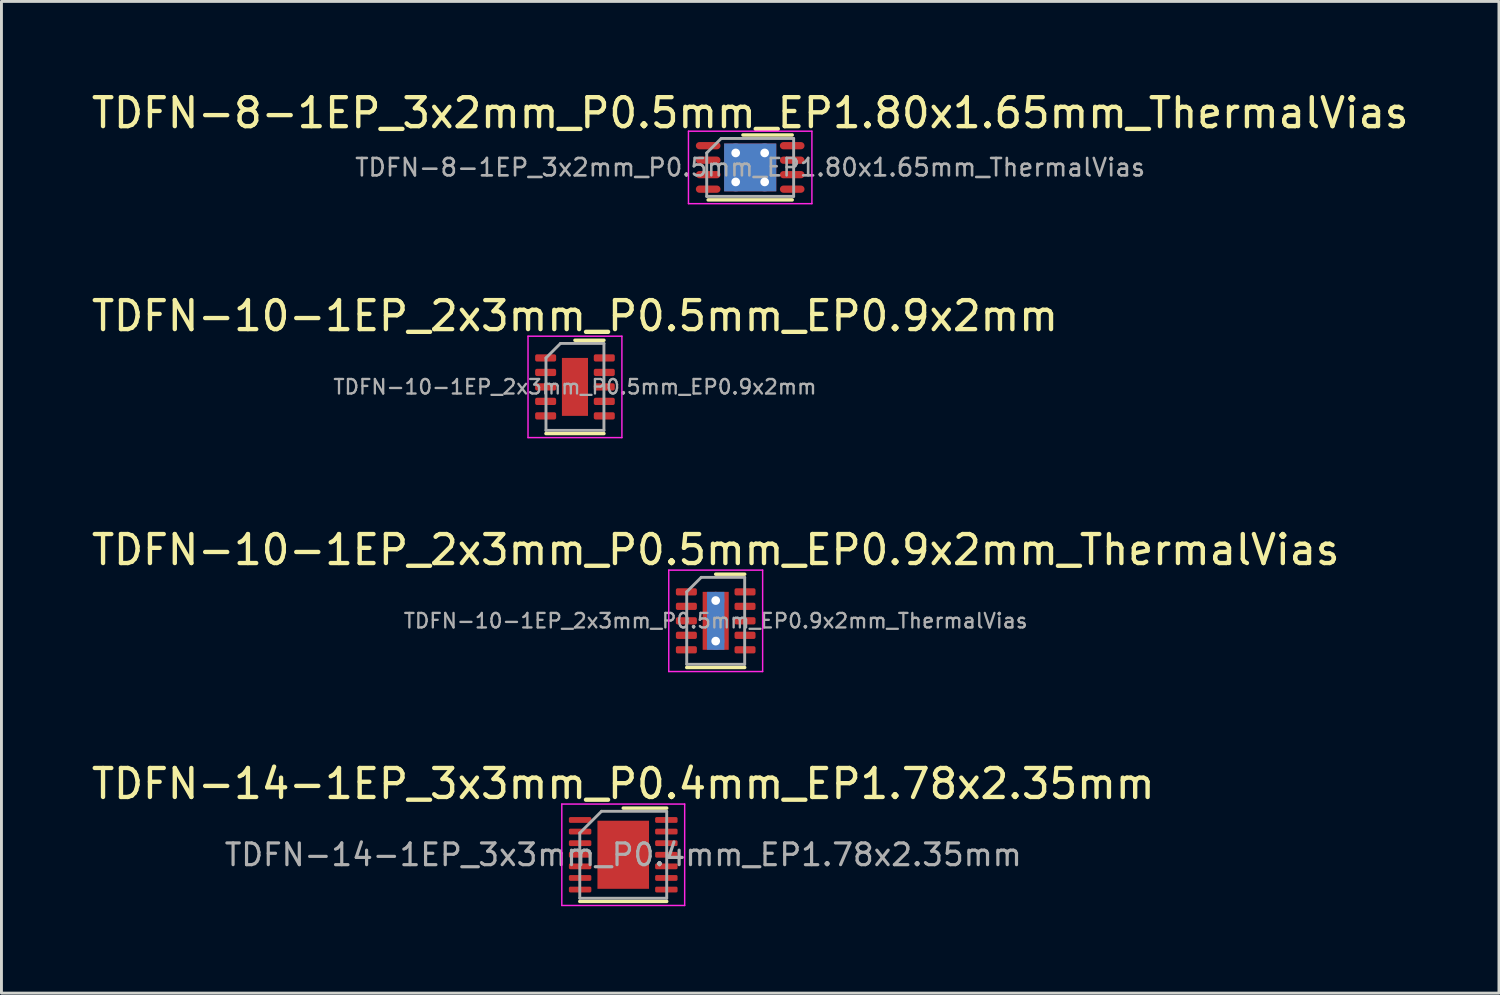
<source format=kicad_pcb>
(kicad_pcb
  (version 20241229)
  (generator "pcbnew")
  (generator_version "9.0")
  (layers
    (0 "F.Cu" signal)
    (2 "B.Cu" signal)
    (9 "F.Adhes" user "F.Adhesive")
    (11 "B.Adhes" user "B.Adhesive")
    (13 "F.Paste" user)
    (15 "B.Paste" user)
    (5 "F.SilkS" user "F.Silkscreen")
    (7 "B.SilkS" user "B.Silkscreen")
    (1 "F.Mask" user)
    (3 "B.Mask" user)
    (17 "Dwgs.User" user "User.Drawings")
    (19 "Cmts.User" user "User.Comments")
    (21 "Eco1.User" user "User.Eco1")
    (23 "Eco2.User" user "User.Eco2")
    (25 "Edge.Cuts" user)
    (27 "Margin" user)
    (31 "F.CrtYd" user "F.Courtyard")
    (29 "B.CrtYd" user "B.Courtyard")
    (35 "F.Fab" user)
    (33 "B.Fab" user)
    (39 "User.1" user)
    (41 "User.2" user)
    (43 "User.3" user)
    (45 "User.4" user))
  (footprint "TDFN-10-1EP_2x3mm_P0.5mm_EP0.9x2mm_ThermalVias"
    (layer "F.Cu")
    (at 21.649 18.375)
    (property "Reference" "TDFN-10-1EP_2x3mm_P0.5mm_EP0.9x2mm_ThermalVias" (at 0 -2.45 0) (layer "F.SilkS") (effects (font (size 1 1) (thickness 0.15))))
    (attr smd)
    (fp_line (start -1 1.61) (end 1 1.61) (stroke (width 0.12) (type solid)) (layer "F.SilkS"))
    (fp_line (start 0 -1.61) (end 1 -1.61) (stroke (width 0.12) (type solid)) (layer "F.SilkS"))
    (fp_line (start -1.62 -1.75) (end -1.62 1.75) (stroke (width 0.05) (type solid)) (layer "F.CrtYd"))
    (fp_line (start -1.62 1.75) (end 1.62 1.75) (stroke (width 0.05) (type solid)) (layer "F.CrtYd"))
    (fp_line (start 1.62 -1.75) (end -1.62 -1.75) (stroke (width 0.05) (type solid)) (layer "F.CrtYd"))
    (fp_line (start 1.62 1.75) (end 1.62 -1.75) (stroke (width 0.05) (type solid)) (layer "F.CrtYd"))
    (fp_line (start -1 -1) (end -0.5 -1.5) (stroke (width 0.1) (type solid)) (layer "F.Fab"))
    (fp_line (start -1 1.5) (end -1 -1) (stroke (width 0.1) (type solid)) (layer "F.Fab"))
    (fp_line (start -0.5 -1.5) (end 1 -1.5) (stroke (width 0.1) (type solid)) (layer "F.Fab"))
    (fp_line (start 1 -1.5) (end 1 1.5) (stroke (width 0.1) (type solid)) (layer "F.Fab"))
    (fp_line (start 1 1.5) (end -1 1.5) (stroke (width 0.1) (type solid)) (layer "F.Fab"))
    (fp_text user "${REFERENCE}" (at 0 0 0) (layer "F.Fab") (effects (font (size 0.5 0.5) (thickness 0.08))))
    (pad "" smd roundrect (at 0 -0.5) (size 0.73 0.81) (layers "F.Paste") (roundrect_rratio 0.25))
    (pad "" smd roundrect (at 0 0.5) (size 0.73 0.81) (layers "F.Paste") (roundrect_rratio 0.25))
    (pad "1" smd roundrect (at -1.012 -1) (size 0.725 0.25) (layers "F.Cu" "F.Mask" "F.Paste") (roundrect_rratio 0.25))
    (pad "2" smd roundrect (at -1.012 -0.5) (size 0.725 0.25) (layers "F.Cu" "F.Mask" "F.Paste") (roundrect_rratio 0.25))
    (pad "3" smd roundrect (at -1.012 0) (size 0.725 0.25) (layers "F.Cu" "F.Mask" "F.Paste") (roundrect_rratio 0.25))
    (pad "4" smd roundrect (at -1.012 0.5) (size 0.725 0.25) (layers "F.Cu" "F.Mask" "F.Paste") (roundrect_rratio 0.25))
    (pad "5" smd roundrect (at -1.012 1) (size 0.725 0.25) (layers "F.Cu" "F.Mask" "F.Paste") (roundrect_rratio 0.25))
    (pad "6" smd roundrect (at 1.012 1) (size 0.725 0.25) (layers "F.Cu" "F.Mask" "F.Paste") (roundrect_rratio 0.25))
    (pad "7" smd roundrect (at 1.012 0.5) (size 0.725 0.25) (layers "F.Cu" "F.Mask" "F.Paste") (roundrect_rratio 0.25))
    (pad "8" smd roundrect (at 1.012 0) (size 0.725 0.25) (layers "F.Cu" "F.Mask" "F.Paste") (roundrect_rratio 0.25))
    (pad "9" smd roundrect (at 1.012 -0.5) (size 0.725 0.25) (layers "F.Cu" "F.Mask" "F.Paste") (roundrect_rratio 0.25))
    (pad "10" smd roundrect (at 1.012 -1) (size 0.725 0.25) (layers "F.Cu" "F.Mask" "F.Paste") (roundrect_rratio 0.25))
    (pad "11" thru_hole circle (at 0 -0.7) (size 0.6 0.6) (drill 0.3) (layers "*.Cu"))
    (pad "11" smd rect (at 0 0) (size 0.6 2) (layers "B.Cu"))
    (pad "11" smd rect (at 0 0) (size 0.9 2) (layers "F.Cu" "F.Mask"))
    (pad "11" thru_hole circle (at 0 0.7) (size 0.6 0.6) (drill 0.3) (layers "*.Cu")))
  (footprint "TDFN-10-1EP_2x3mm_P0.5mm_EP0.9x2mm"
    (layer "F.Cu")
    (at 16.792 10.302)
    (property "Reference" "TDFN-10-1EP_2x3mm_P0.5mm_EP0.9x2mm" (at 0 -2.45 0) (layer "F.SilkS") (effects (font (size 1 1) (thickness 0.15))))
    (attr smd)
    (fp_line (start -1 1.61) (end 1 1.61) (stroke (width 0.12) (type solid)) (layer "F.SilkS"))
    (fp_line (start 0 -1.61) (end 1 -1.61) (stroke (width 0.12) (type solid)) (layer "F.SilkS"))
    (fp_line (start -1.62 -1.75) (end -1.62 1.75) (stroke (width 0.05) (type solid)) (layer "F.CrtYd"))
    (fp_line (start -1.62 1.75) (end 1.62 1.75) (stroke (width 0.05) (type solid)) (layer "F.CrtYd"))
    (fp_line (start 1.62 -1.75) (end -1.62 -1.75) (stroke (width 0.05) (type solid)) (layer "F.CrtYd"))
    (fp_line (start 1.62 1.75) (end 1.62 -1.75) (stroke (width 0.05) (type solid)) (layer "F.CrtYd"))
    (fp_line (start -1 -1) (end -0.5 -1.5) (stroke (width 0.1) (type solid)) (layer "F.Fab"))
    (fp_line (start -1 1.5) (end -1 -1) (stroke (width 0.1) (type solid)) (layer "F.Fab"))
    (fp_line (start -0.5 -1.5) (end 1 -1.5) (stroke (width 0.1) (type solid)) (layer "F.Fab"))
    (fp_line (start 1 -1.5) (end 1 1.5) (stroke (width 0.1) (type solid)) (layer "F.Fab"))
    (fp_line (start 1 1.5) (end -1 1.5) (stroke (width 0.1) (type solid)) (layer "F.Fab"))
    (fp_text user "${REFERENCE}" (at 0 0 0) (layer "F.Fab") (effects (font (size 0.5 0.5) (thickness 0.08))))
    (pad "" smd roundrect (at 0 -0.5) (size 0.73 0.81) (layers "F.Paste") (roundrect_rratio 0.25))
    (pad "" smd roundrect (at 0 0.5) (size 0.73 0.81) (layers "F.Paste") (roundrect_rratio 0.25))
    (pad "1" smd roundrect (at -1.012 -1) (size 0.725 0.25) (layers "F.Cu" "F.Mask" "F.Paste") (roundrect_rratio 0.25))
    (pad "2" smd roundrect (at -1.012 -0.5) (size 0.725 0.25) (layers "F.Cu" "F.Mask" "F.Paste") (roundrect_rratio 0.25))
    (pad "3" smd roundrect (at -1.012 0) (size 0.725 0.25) (layers "F.Cu" "F.Mask" "F.Paste") (roundrect_rratio 0.25))
    (pad "4" smd roundrect (at -1.012 0.5) (size 0.725 0.25) (layers "F.Cu" "F.Mask" "F.Paste") (roundrect_rratio 0.25))
    (pad "5" smd roundrect (at -1.012 1) (size 0.725 0.25) (layers "F.Cu" "F.Mask" "F.Paste") (roundrect_rratio 0.25))
    (pad "6" smd roundrect (at 1.012 1) (size 0.725 0.25) (layers "F.Cu" "F.Mask" "F.Paste") (roundrect_rratio 0.25))
    (pad "7" smd roundrect (at 1.012 0.5) (size 0.725 0.25) (layers "F.Cu" "F.Mask" "F.Paste") (roundrect_rratio 0.25))
    (pad "8" smd roundrect (at 1.012 0) (size 0.725 0.25) (layers "F.Cu" "F.Mask" "F.Paste") (roundrect_rratio 0.25))
    (pad "9" smd roundrect (at 1.012 -0.5) (size 0.725 0.25) (layers "F.Cu" "F.Mask" "F.Paste") (roundrect_rratio 0.25))
    (pad "10" smd roundrect (at 1.012 -1) (size 0.725 0.25) (layers "F.Cu" "F.Mask" "F.Paste") (roundrect_rratio 0.25))
    (pad "11" smd rect (at 0 0) (size 0.9 2) (layers "F.Cu" "F.Mask")))
  (footprint "TDFN-14-1EP_3x3mm_P0.4mm_EP1.78x2.35mm"
    (layer "F.Cu")
    (at 18.458 26.448)
    (property "Reference" "TDFN-14-1EP_3x3mm_P0.4mm_EP1.78x2.35mm" (at 0 -2.45 0) (layer "F.SilkS") (effects (font (size 1 1) (thickness 0.15))))
    (attr smd)
    (fp_line (start -1.5 1.61) (end 1.5 1.61) (stroke (width 0.12) (type solid)) (layer "F.SilkS"))
    (fp_line (start 0 -1.61) (end 1.5 -1.61) (stroke (width 0.12) (type solid)) (layer "F.SilkS"))
    (fp_line (start -2.12 -1.75) (end -2.12 1.75) (stroke (width 0.05) (type solid)) (layer "F.CrtYd"))
    (fp_line (start -2.12 1.75) (end 2.12 1.75) (stroke (width 0.05) (type solid)) (layer "F.CrtYd"))
    (fp_line (start 2.12 -1.75) (end -2.12 -1.75) (stroke (width 0.05) (type solid)) (layer "F.CrtYd"))
    (fp_line (start 2.12 1.75) (end 2.12 -1.75) (stroke (width 0.05) (type solid)) (layer "F.CrtYd"))
    (fp_line (start -1.5 -0.75) (end -0.75 -1.5) (stroke (width 0.1) (type solid)) (layer "F.Fab"))
    (fp_line (start -1.5 1.5) (end -1.5 -0.75) (stroke (width 0.1) (type solid)) (layer "F.Fab"))
    (fp_line (start -0.75 -1.5) (end 1.5 -1.5) (stroke (width 0.1) (type solid)) (layer "F.Fab"))
    (fp_line (start 1.5 -1.5) (end 1.5 1.5) (stroke (width 0.1) (type solid)) (layer "F.Fab"))
    (fp_line (start 1.5 1.5) (end -1.5 1.5) (stroke (width 0.1) (type solid)) (layer "F.Fab"))
    (fp_text user "${REFERENCE}" (at 0 0 0) (layer "F.Fab") (effects (font (size 0.75 0.75) (thickness 0.11))))
    (pad "" smd roundrect (at -0.445 -0.59) (size 0.72 0.95) (layers "F.Paste") (roundrect_rratio 0.25))
    (pad "" smd roundrect (at -0.445 0.59) (size 0.72 0.95) (layers "F.Paste") (roundrect_rratio 0.25))
    (pad "" smd roundrect (at 0.445 -0.59) (size 0.72 0.95) (layers "F.Paste") (roundrect_rratio 0.25))
    (pad "" smd roundrect (at 0.445 0.59) (size 0.72 0.95) (layers "F.Paste") (roundrect_rratio 0.25))
    (pad "1" smd roundrect (at -1.488 -1.2) (size 0.775 0.2) (layers "F.Cu" "F.Mask" "F.Paste") (roundrect_rratio 0.25))
    (pad "2" smd roundrect (at -1.488 -0.8) (size 0.775 0.2) (layers "F.Cu" "F.Mask" "F.Paste") (roundrect_rratio 0.25))
    (pad "3" smd roundrect (at -1.488 -0.4) (size 0.775 0.2) (layers "F.Cu" "F.Mask" "F.Paste") (roundrect_rratio 0.25))
    (pad "4" smd roundrect (at -1.488 0) (size 0.775 0.2) (layers "F.Cu" "F.Mask" "F.Paste") (roundrect_rratio 0.25))
    (pad "5" smd roundrect (at -1.488 0.4) (size 0.775 0.2) (layers "F.Cu" "F.Mask" "F.Paste") (roundrect_rratio 0.25))
    (pad "6" smd roundrect (at -1.488 0.8) (size 0.775 0.2) (layers "F.Cu" "F.Mask" "F.Paste") (roundrect_rratio 0.25))
    (pad "7" smd roundrect (at -1.488 1.2) (size 0.775 0.2) (layers "F.Cu" "F.Mask" "F.Paste") (roundrect_rratio 0.25))
    (pad "8" smd roundrect (at 1.488 1.2) (size 0.775 0.2) (layers "F.Cu" "F.Mask" "F.Paste") (roundrect_rratio 0.25))
    (pad "9" smd roundrect (at 1.488 0.8) (size 0.775 0.2) (layers "F.Cu" "F.Mask" "F.Paste") (roundrect_rratio 0.25))
    (pad "10" smd roundrect (at 1.488 0.4) (size 0.775 0.2) (layers "F.Cu" "F.Mask" "F.Paste") (roundrect_rratio 0.25))
    (pad "11" smd roundrect (at 1.488 0) (size 0.775 0.2) (layers "F.Cu" "F.Mask" "F.Paste") (roundrect_rratio 0.25))
    (pad "12" smd roundrect (at 1.488 -0.4) (size 0.775 0.2) (layers "F.Cu" "F.Mask" "F.Paste") (roundrect_rratio 0.25))
    (pad "13" smd roundrect (at 1.488 -0.8) (size 0.775 0.2) (layers "F.Cu" "F.Mask" "F.Paste") (roundrect_rratio 0.25))
    (pad "14" smd roundrect (at 1.488 -1.2) (size 0.775 0.2) (layers "F.Cu" "F.Mask" "F.Paste") (roundrect_rratio 0.25))
    (pad "15" smd rect (at 0 0) (size 1.78 2.35) (layers "F.Cu" "F.Mask")))
  (footprint "TDFN-8-1EP_3x2mm_P0.5mm_EP1.80x1.65mm_ThermalVias"
    (layer "F.Cu")
    (at 22.839 2.728)
    (property "Reference" "TDFN-8-1EP_3x2mm_P0.5mm_EP1.80x1.65mm_ThermalVias" (at 0 -1.88 0) (layer "F.SilkS") (effects (font (size 1 1) (thickness 0.15))))
    (attr smd)
    (fp_line (start -1.45 1.12) (end 1.45 1.12) (stroke (width 0.12) (type solid)) (layer "F.SilkS"))
    (fp_line (start -0.25 -1.12) (end 1.45 -1.12) (stroke (width 0.12) (type solid)) (layer "F.SilkS"))
    (fp_line (start -2.13 -1.25) (end -2.13 1.25) (stroke (width 0.05) (type solid)) (layer "F.CrtYd"))
    (fp_line (start -2.13 1.25) (end 2.13 1.25) (stroke (width 0.05) (type solid)) (layer "F.CrtYd"))
    (fp_line (start 2.13 -1.25) (end -2.13 -1.25) (stroke (width 0.05) (type solid)) (layer "F.CrtYd"))
    (fp_line (start 2.13 1.25) (end 2.13 -1.25) (stroke (width 0.05) (type solid)) (layer "F.CrtYd"))
    (fp_line (start -1.5 -0.5) (end -1.5 1) (stroke (width 0.1) (type solid)) (layer "F.Fab"))
    (fp_line (start -1.5 1) (end 1.5 1) (stroke (width 0.1) (type solid)) (layer "F.Fab"))
    (fp_line (start -1 -1) (end -1.5 -0.5) (stroke (width 0.1) (type solid)) (layer "F.Fab"))
    (fp_line (start 1.5 -1) (end -1 -1) (stroke (width 0.1) (type solid)) (layer "F.Fab"))
    (fp_line (start 1.5 1) (end 1.5 -1) (stroke (width 0.1) (type solid)) (layer "F.Fab"))
    (fp_text user "${REFERENCE}" (at 0 0 0) (layer "F.Fab") (effects (font (size 0.6 0.6) (thickness 0.09))))
    (pad "" smd rect (at 0 -0.5) (size 0.7 0.65) (layers "F.Paste"))
    (pad "" smd rect (at 0 0) (size 1.8 0.7) (layers "F.Paste"))
    (pad "" smd rect (at 0 0.5) (size 0.7 0.65) (layers "F.Paste"))
    (pad "1" smd oval (at -1.45 -0.75) (size 0.85 0.25) (layers "F.Cu" "F.Mask" "F.Paste"))
    (pad "2" smd oval (at -1.45 -0.25) (size 0.85 0.25) (layers "F.Cu" "F.Mask" "F.Paste"))
    (pad "3" smd oval (at -1.45 0.25) (size 0.85 0.25) (layers "F.Cu" "F.Mask" "F.Paste"))
    (pad "4" smd oval (at -1.45 0.75) (size 0.85 0.25) (layers "F.Cu" "F.Mask" "F.Paste"))
    (pad "5" smd oval (at 1.45 0.75) (size 0.85 0.25) (layers "F.Cu" "F.Mask" "F.Paste"))
    (pad "6" smd oval (at 1.45 0.25) (size 0.85 0.25) (layers "F.Cu" "F.Mask" "F.Paste"))
    (pad "7" smd oval (at 1.45 -0.25) (size 0.85 0.25) (layers "F.Cu" "F.Mask" "F.Paste"))
    (pad "8" smd oval (at 1.45 -0.75) (size 0.85 0.25) (layers "F.Cu" "F.Mask" "F.Paste"))
    (pad "9" thru_hole circle (at -0.5 -0.5) (size 0.65 0.65) (drill 0.3) (layers "*.Cu"))
    (pad "9" thru_hole circle (at -0.5 0.5) (size 0.65 0.65) (drill 0.3) (layers "*.Cu"))
    (pad "9" smd rect (at 0 0) (size 1.8 1.65) (layers "F.Cu" "F.Mask"))
    (pad "9" smd rect (at 0 0) (size 1.8 1.65) (layers "B.Cu"))
    (pad "9" thru_hole circle (at 0.5 -0.5) (size 0.65 0.65) (drill 0.3) (layers "*.Cu"))
    (pad "9" thru_hole circle (at 0.5 0.5) (size 0.65 0.65) (drill 0.3) (layers "*.Cu")))
  (gr_rect
    (start -3 -3)
    (end 48.679 31.223)
    (stroke (width 0.1) (type default))
    (fill no)
    (layer "Edge.Cuts")))
</source>
